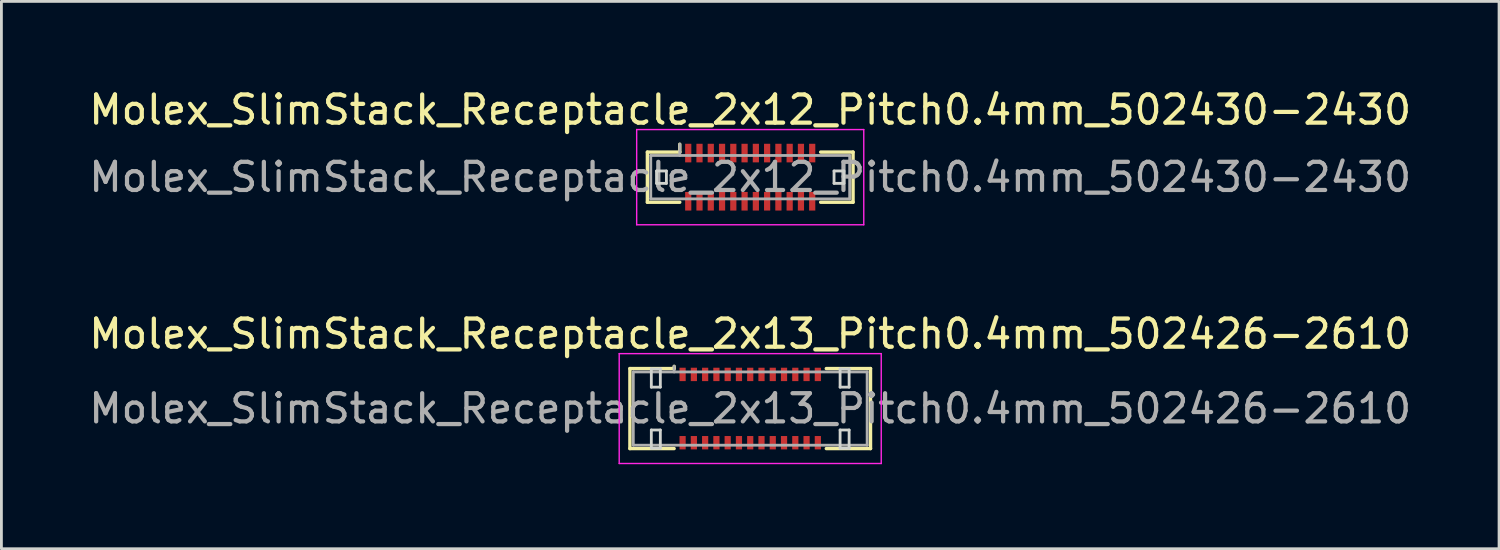
<source format=kicad_pcb>
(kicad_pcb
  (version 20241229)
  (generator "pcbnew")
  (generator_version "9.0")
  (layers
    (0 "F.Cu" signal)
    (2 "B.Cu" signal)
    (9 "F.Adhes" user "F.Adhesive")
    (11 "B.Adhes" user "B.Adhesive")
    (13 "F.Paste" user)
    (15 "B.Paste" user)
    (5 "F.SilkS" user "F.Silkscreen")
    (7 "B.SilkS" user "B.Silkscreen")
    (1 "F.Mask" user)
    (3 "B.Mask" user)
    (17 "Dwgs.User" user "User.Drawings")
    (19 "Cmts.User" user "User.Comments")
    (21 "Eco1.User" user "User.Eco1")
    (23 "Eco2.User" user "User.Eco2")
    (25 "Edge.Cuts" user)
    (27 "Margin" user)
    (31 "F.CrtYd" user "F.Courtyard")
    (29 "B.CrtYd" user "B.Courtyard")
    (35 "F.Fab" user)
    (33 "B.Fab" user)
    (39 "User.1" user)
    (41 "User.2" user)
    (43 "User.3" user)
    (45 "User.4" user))
  (footprint "Molex_SlimStack_Receptacle_2x13_Pitch0.4mm_502426-2610"
    (layer "F.Cu")
    (at 23.577 11.451)
    (property "Reference" "Molex_SlimStack_Receptacle_2x13_Pitch0.4mm_502426-2610" (at 0 -2.65 0) (layer "F.SilkS") (effects (font (size 1 1) (thickness 0.15))))
    (attr smd)
    (fp_line (start -4.27 -1.42) (end -2.7 -1.42) (stroke (width 0.12) (type solid)) (layer "F.SilkS"))
    (fp_line (start -4.27 1.42) (end -4.27 -1.42) (stroke (width 0.12) (type solid)) (layer "F.SilkS"))
    (fp_line (start -2.7 -1.42) (end -2.7 -1.5) (stroke (width 0.12) (type solid)) (layer "F.SilkS"))
    (fp_line (start -2.7 1.42) (end -4.27 1.42) (stroke (width 0.12) (type solid)) (layer "F.SilkS"))
    (fp_line (start 2.7 1.42) (end 4.27 1.42) (stroke (width 0.12) (type solid)) (layer "F.SilkS"))
    (fp_line (start 4.27 -1.42) (end 2.7 -1.42) (stroke (width 0.12) (type solid)) (layer "F.SilkS"))
    (fp_line (start 4.27 1.42) (end 4.27 -1.42) (stroke (width 0.12) (type solid)) (layer "F.SilkS"))
    (fp_line (start -3.51 -1.41) (end -3.51 -0.76) (stroke (width 0.1) (type solid)) (layer "Edge.Cuts"))
    (fp_line (start -3.51 -0.76) (end -3.19 -0.76) (stroke (width 0.1) (type solid)) (layer "Edge.Cuts"))
    (fp_line (start -3.51 0.76) (end -3.51 1.41) (stroke (width 0.1) (type solid)) (layer "Edge.Cuts"))
    (fp_line (start -3.51 1.41) (end -3.19 1.41) (stroke (width 0.1) (type solid)) (layer "Edge.Cuts"))
    (fp_line (start -3.19 -1.41) (end -3.51 -1.41) (stroke (width 0.1) (type solid)) (layer "Edge.Cuts"))
    (fp_line (start -3.19 -0.76) (end -3.19 -1.41) (stroke (width 0.1) (type solid)) (layer "Edge.Cuts"))
    (fp_line (start -3.19 0.76) (end -3.51 0.76) (stroke (width 0.1) (type solid)) (layer "Edge.Cuts"))
    (fp_line (start -3.19 1.41) (end -3.19 0.76) (stroke (width 0.1) (type solid)) (layer "Edge.Cuts"))
    (fp_line (start 3.19 -1.41) (end 3.19 -0.76) (stroke (width 0.1) (type solid)) (layer "Edge.Cuts"))
    (fp_line (start 3.19 -0.76) (end 3.51 -0.76) (stroke (width 0.1) (type solid)) (layer "Edge.Cuts"))
    (fp_line (start 3.19 0.76) (end 3.19 1.41) (stroke (width 0.1) (type solid)) (layer "Edge.Cuts"))
    (fp_line (start 3.19 1.41) (end 3.51 1.41) (stroke (width 0.1) (type solid)) (layer "Edge.Cuts"))
    (fp_line (start 3.51 -1.41) (end 3.19 -1.41) (stroke (width 0.1) (type solid)) (layer "Edge.Cuts"))
    (fp_line (start 3.51 -0.76) (end 3.51 -1.41) (stroke (width 0.1) (type solid)) (layer "Edge.Cuts"))
    (fp_line (start 3.51 0.76) (end 3.19 0.76) (stroke (width 0.1) (type solid)) (layer "Edge.Cuts"))
    (fp_line (start 3.51 1.41) (end 3.51 0.76) (stroke (width 0.1) (type solid)) (layer "Edge.Cuts"))
    (fp_line (start -4.65 -1.95) (end -4.65 1.95) (stroke (width 0.05) (type solid)) (layer "F.CrtYd"))
    (fp_line (start -4.65 1.95) (end 4.65 1.95) (stroke (width 0.05) (type solid)) (layer "F.CrtYd"))
    (fp_line (start 4.65 -1.95) (end -4.65 -1.95) (stroke (width 0.05) (type solid)) (layer "F.CrtYd"))
    (fp_line (start 4.65 1.95) (end 4.65 -1.95) (stroke (width 0.05) (type solid)) (layer "F.CrtYd"))
    (fp_line (start -4.15 -1.3) (end -4.15 1.3) (stroke (width 0.1) (type solid)) (layer "F.Fab"))
    (fp_line (start -4.15 1.3) (end 4.15 1.3) (stroke (width 0.1) (type solid)) (layer "F.Fab"))
    (fp_line (start -2.7 -1.3) (end -2.7 -1.5) (stroke (width 0.1) (type solid)) (layer "F.Fab"))
    (fp_line (start 4.15 -1.3) (end -4.15 -1.3) (stroke (width 0.1) (type solid)) (layer "F.Fab"))
    (fp_line (start 4.15 1.3) (end 4.15 -1.3) (stroke (width 0.1) (type solid)) (layer "F.Fab"))
    (fp_text user "${REFERENCE}" (at 0 0 0) (layer "F.Fab") (effects (font (size 1 1) (thickness 0.15))))
    (pad "1" smd rect (at -2.4 -1.212) (size 0.22 0.475) (layers "F.Cu" "F.Mask" "F.Paste"))
    (pad "2" smd rect (at -2.4 1.212) (size 0.22 0.475) (layers "F.Cu" "F.Mask" "F.Paste"))
    (pad "3" smd rect (at -2 -1.212) (size 0.22 0.475) (layers "F.Cu" "F.Mask" "F.Paste"))
    (pad "4" smd rect (at -2 1.212) (size 0.22 0.475) (layers "F.Cu" "F.Mask" "F.Paste"))
    (pad "5" smd rect (at -1.6 -1.212) (size 0.22 0.475) (layers "F.Cu" "F.Mask" "F.Paste"))
    (pad "6" smd rect (at -1.6 1.212) (size 0.22 0.475) (layers "F.Cu" "F.Mask" "F.Paste"))
    (pad "7" smd rect (at -1.2 -1.212) (size 0.22 0.475) (layers "F.Cu" "F.Mask" "F.Paste"))
    (pad "8" smd rect (at -1.2 1.212) (size 0.22 0.475) (layers "F.Cu" "F.Mask" "F.Paste"))
    (pad "9" smd rect (at -0.8 -1.212) (size 0.22 0.475) (layers "F.Cu" "F.Mask" "F.Paste"))
    (pad "10" smd rect (at -0.8 1.212) (size 0.22 0.475) (layers "F.Cu" "F.Mask" "F.Paste"))
    (pad "11" smd rect (at -0.4 -1.212) (size 0.22 0.475) (layers "F.Cu" "F.Mask" "F.Paste"))
    (pad "12" smd rect (at -0.4 1.212) (size 0.22 0.475) (layers "F.Cu" "F.Mask" "F.Paste"))
    (pad "13" smd rect (at 0 -1.212) (size 0.22 0.475) (layers "F.Cu" "F.Mask" "F.Paste"))
    (pad "14" smd rect (at 0 1.212) (size 0.22 0.475) (layers "F.Cu" "F.Mask" "F.Paste"))
    (pad "15" smd rect (at 0.4 -1.212) (size 0.22 0.475) (layers "F.Cu" "F.Mask" "F.Paste"))
    (pad "16" smd rect (at 0.4 1.212) (size 0.22 0.475) (layers "F.Cu" "F.Mask" "F.Paste"))
    (pad "17" smd rect (at 0.8 -1.212) (size 0.22 0.475) (layers "F.Cu" "F.Mask" "F.Paste"))
    (pad "18" smd rect (at 0.8 1.212) (size 0.22 0.475) (layers "F.Cu" "F.Mask" "F.Paste"))
    (pad "19" smd rect (at 1.2 -1.212) (size 0.22 0.475) (layers "F.Cu" "F.Mask" "F.Paste"))
    (pad "20" smd rect (at 1.2 1.212) (size 0.22 0.475) (layers "F.Cu" "F.Mask" "F.Paste"))
    (pad "21" smd rect (at 1.6 -1.212) (size 0.22 0.475) (layers "F.Cu" "F.Mask" "F.Paste"))
    (pad "22" smd rect (at 1.6 1.212) (size 0.22 0.475) (layers "F.Cu" "F.Mask" "F.Paste"))
    (pad "23" smd rect (at 2 -1.212) (size 0.22 0.475) (layers "F.Cu" "F.Mask" "F.Paste"))
    (pad "24" smd rect (at 2 1.212) (size 0.22 0.475) (layers "F.Cu" "F.Mask" "F.Paste"))
    (pad "25" smd rect (at 2.4 -1.212) (size 0.22 0.475) (layers "F.Cu" "F.Mask" "F.Paste"))
    (pad "26" smd rect (at 2.4 1.212) (size 0.22 0.475) (layers "F.Cu" "F.Mask" "F.Paste")))
  (footprint "Molex_SlimStack_Receptacle_2x12_Pitch0.4mm_502430-2430"
    (layer "F.Cu")
    (at 23.577 3.238)
    (property "Reference" "Molex_SlimStack_Receptacle_2x12_Pitch0.4mm_502430-2430" (at 0 -2.39 0) (layer "F.SilkS") (effects (font (size 1 1) (thickness 0.15))))
    (attr smd)
    (fp_line (start -3.65 -0.89) (end -2.5 -0.89) (stroke (width 0.12) (type solid)) (layer "F.SilkS"))
    (fp_line (start -3.65 0.89) (end -3.65 -0.89) (stroke (width 0.12) (type solid)) (layer "F.SilkS"))
    (fp_line (start -2.5 -0.89) (end -2.5 -1.17) (stroke (width 0.12) (type solid)) (layer "F.SilkS"))
    (fp_line (start -2.5 0.89) (end -3.65 0.89) (stroke (width 0.12) (type solid)) (layer "F.SilkS"))
    (fp_line (start 2.5 0.89) (end 3.65 0.89) (stroke (width 0.12) (type solid)) (layer "F.SilkS"))
    (fp_line (start 3.65 -0.89) (end 2.5 -0.89) (stroke (width 0.12) (type solid)) (layer "F.SilkS"))
    (fp_line (start 3.65 0.89) (end 3.65 -0.89) (stroke (width 0.12) (type solid)) (layer "F.SilkS"))
    (fp_line (start -3.325 -0.22) (end -3.325 0.22) (stroke (width 0.1) (type solid)) (layer "Edge.Cuts"))
    (fp_line (start -3.325 0.22) (end -2.975 0.22) (stroke (width 0.1) (type solid)) (layer "Edge.Cuts"))
    (fp_line (start -2.975 -0.22) (end -3.325 -0.22) (stroke (width 0.1) (type solid)) (layer "Edge.Cuts"))
    (fp_line (start -2.975 0.22) (end -2.975 -0.22) (stroke (width 0.1) (type solid)) (layer "Edge.Cuts"))
    (fp_line (start 2.975 -0.22) (end 2.975 0.22) (stroke (width 0.1) (type solid)) (layer "Edge.Cuts"))
    (fp_line (start 2.975 0.22) (end 3.325 0.22) (stroke (width 0.1) (type solid)) (layer "Edge.Cuts"))
    (fp_line (start 3.325 -0.22) (end 2.975 -0.22) (stroke (width 0.1) (type solid)) (layer "Edge.Cuts"))
    (fp_line (start 3.325 0.22) (end 3.325 -0.22) (stroke (width 0.1) (type solid)) (layer "Edge.Cuts"))
    (fp_line (start -4.03 -1.69) (end -4.03 1.69) (stroke (width 0.05) (type solid)) (layer "F.CrtYd"))
    (fp_line (start -4.03 1.69) (end 4.03 1.69) (stroke (width 0.05) (type solid)) (layer "F.CrtYd"))
    (fp_line (start 4.03 -1.69) (end -4.03 -1.69) (stroke (width 0.05) (type solid)) (layer "F.CrtYd"))
    (fp_line (start 4.03 1.69) (end 4.03 -1.69) (stroke (width 0.05) (type solid)) (layer "F.CrtYd"))
    (fp_line (start -3.53 -0.77) (end -3.53 0.77) (stroke (width 0.1) (type solid)) (layer "F.Fab"))
    (fp_line (start -3.53 0.77) (end 3.53 0.77) (stroke (width 0.1) (type solid)) (layer "F.Fab"))
    (fp_line (start -2.5 -0.77) (end -2.5 -1.17) (stroke (width 0.1) (type solid)) (layer "F.Fab"))
    (fp_line (start 3.53 -0.77) (end -3.53 -0.77) (stroke (width 0.1) (type solid)) (layer "F.Fab"))
    (fp_line (start 3.53 0.77) (end 3.53 -0.77) (stroke (width 0.1) (type solid)) (layer "F.Fab"))
    (fp_text user "${REFERENCE}" (at 0 0 0) (layer "F.Fab") (effects (font (size 1 1) (thickness 0.15))))
    (pad "1" smd rect (at -2.2 -0.855) (size 0.22 0.66) (layers "F.Cu" "F.Mask" "F.Paste"))
    (pad "2" smd rect (at -2.2 0.855) (size 0.22 0.66) (layers "F.Cu" "F.Mask" "F.Paste"))
    (pad "3" smd rect (at -1.8 -0.855) (size 0.22 0.66) (layers "F.Cu" "F.Mask" "F.Paste"))
    (pad "4" smd rect (at -1.8 0.855) (size 0.22 0.66) (layers "F.Cu" "F.Mask" "F.Paste"))
    (pad "5" smd rect (at -1.4 -0.855) (size 0.22 0.66) (layers "F.Cu" "F.Mask" "F.Paste"))
    (pad "6" smd rect (at -1.4 0.855) (size 0.22 0.66) (layers "F.Cu" "F.Mask" "F.Paste"))
    (pad "7" smd rect (at -1 -0.855) (size 0.22 0.66) (layers "F.Cu" "F.Mask" "F.Paste"))
    (pad "8" smd rect (at -1 0.855) (size 0.22 0.66) (layers "F.Cu" "F.Mask" "F.Paste"))
    (pad "9" smd rect (at -0.6 -0.855) (size 0.22 0.66) (layers "F.Cu" "F.Mask" "F.Paste"))
    (pad "10" smd rect (at -0.6 0.855) (size 0.22 0.66) (layers "F.Cu" "F.Mask" "F.Paste"))
    (pad "11" smd rect (at -0.2 -0.855) (size 0.22 0.66) (layers "F.Cu" "F.Mask" "F.Paste"))
    (pad "12" smd rect (at -0.2 0.855) (size 0.22 0.66) (layers "F.Cu" "F.Mask" "F.Paste"))
    (pad "13" smd rect (at 0.2 -0.855) (size 0.22 0.66) (layers "F.Cu" "F.Mask" "F.Paste"))
    (pad "14" smd rect (at 0.2 0.855) (size 0.22 0.66) (layers "F.Cu" "F.Mask" "F.Paste"))
    (pad "15" smd rect (at 0.6 -0.855) (size 0.22 0.66) (layers "F.Cu" "F.Mask" "F.Paste"))
    (pad "16" smd rect (at 0.6 0.855) (size 0.22 0.66) (layers "F.Cu" "F.Mask" "F.Paste"))
    (pad "17" smd rect (at 1 -0.855) (size 0.22 0.66) (layers "F.Cu" "F.Mask" "F.Paste"))
    (pad "18" smd rect (at 1 0.855) (size 0.22 0.66) (layers "F.Cu" "F.Mask" "F.Paste"))
    (pad "19" smd rect (at 1.4 -0.855) (size 0.22 0.66) (layers "F.Cu" "F.Mask" "F.Paste"))
    (pad "20" smd rect (at 1.4 0.855) (size 0.22 0.66) (layers "F.Cu" "F.Mask" "F.Paste"))
    (pad "21" smd rect (at 1.8 -0.855) (size 0.22 0.66) (layers "F.Cu" "F.Mask" "F.Paste"))
    (pad "22" smd rect (at 1.8 0.855) (size 0.22 0.66) (layers "F.Cu" "F.Mask" "F.Paste"))
    (pad "23" smd rect (at 2.2 -0.855) (size 0.22 0.66) (layers "F.Cu" "F.Mask" "F.Paste"))
    (pad "24" smd rect (at 2.2 0.855) (size 0.22 0.66) (layers "F.Cu" "F.Mask" "F.Paste")))
  (gr_rect
    (start -3 -3)
    (end 50.155 16.427)
    (stroke (width 0.1) (type default))
    (fill no)
    (layer "Edge.Cuts")))
</source>
